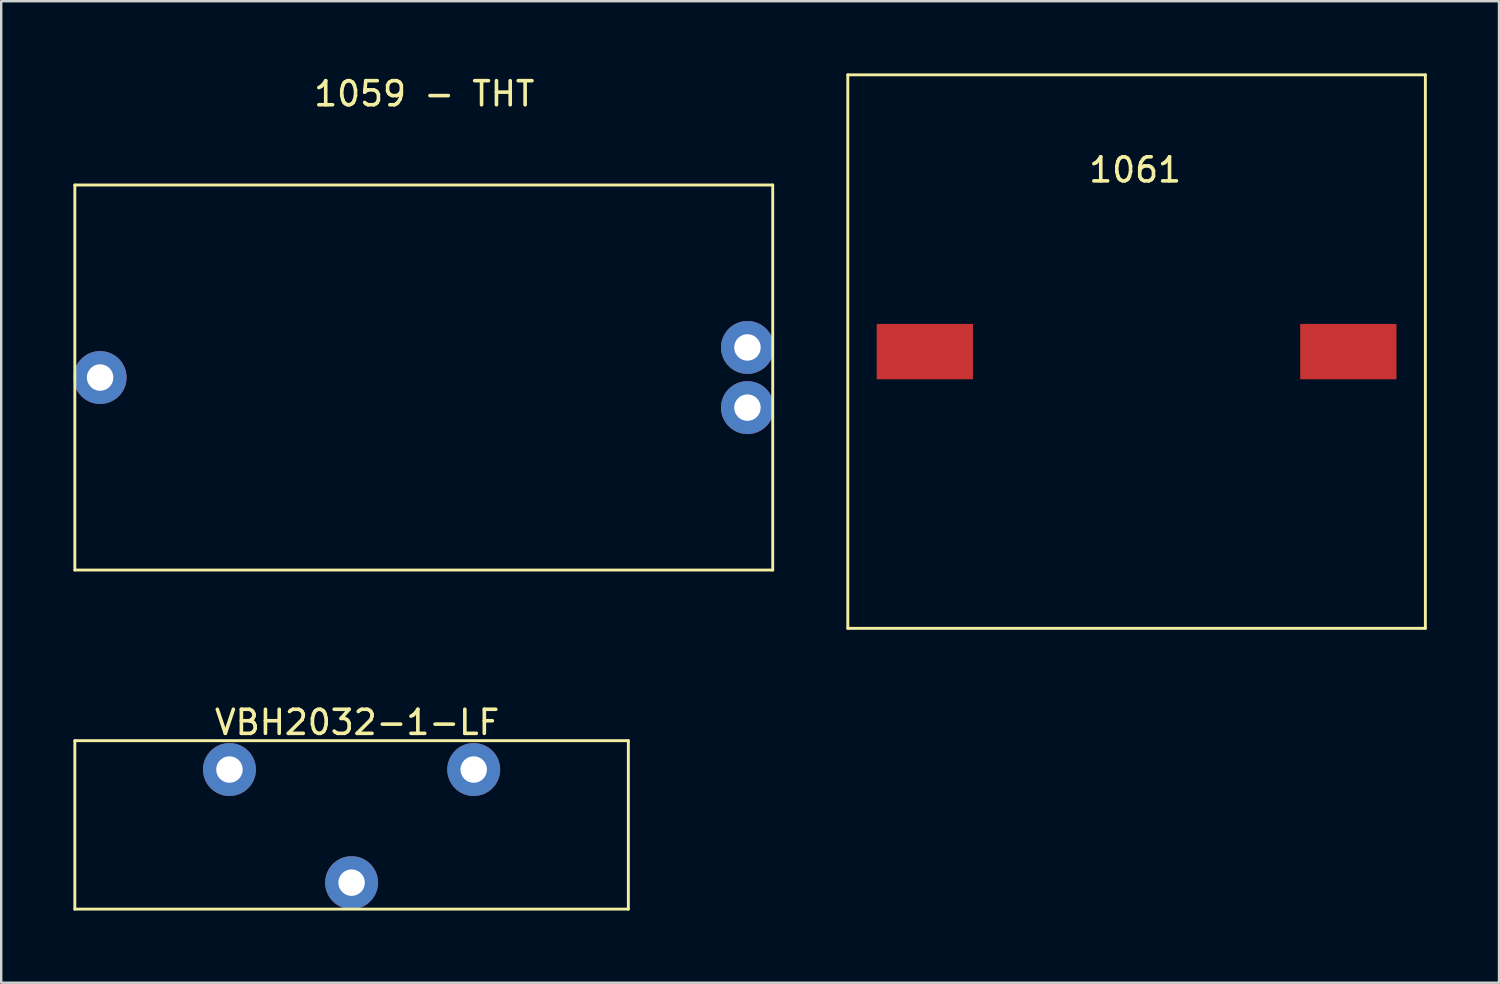
<source format=kicad_pcb>
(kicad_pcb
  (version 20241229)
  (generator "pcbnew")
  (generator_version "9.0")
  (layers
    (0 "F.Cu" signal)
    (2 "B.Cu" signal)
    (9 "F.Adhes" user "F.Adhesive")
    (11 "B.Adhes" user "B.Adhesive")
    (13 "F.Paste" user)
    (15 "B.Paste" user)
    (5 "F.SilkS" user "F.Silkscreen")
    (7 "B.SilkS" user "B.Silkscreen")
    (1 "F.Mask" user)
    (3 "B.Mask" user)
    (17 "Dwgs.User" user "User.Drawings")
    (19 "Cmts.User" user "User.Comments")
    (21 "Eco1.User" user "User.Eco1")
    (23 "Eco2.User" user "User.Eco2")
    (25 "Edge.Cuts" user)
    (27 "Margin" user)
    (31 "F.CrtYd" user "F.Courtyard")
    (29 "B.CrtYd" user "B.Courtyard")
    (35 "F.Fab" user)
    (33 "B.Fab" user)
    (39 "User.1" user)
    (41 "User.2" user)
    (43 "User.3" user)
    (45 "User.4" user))
  (footprint "VBH2032-1-LF"
    (layer "F.Cu")
    (at 11.56 28.928)
    (property "Reference" "VBH2032-1-LF" (at 0.23 -1.96 0) (layer "F.SilkS") (effects (font (size 1 1) (thickness 0.15))))
    (attr through_hole)
    (fp_line (start -11.5 -1.2) (end -11.5 5.8) (stroke (width 0.12) (type solid)) (layer "F.SilkS"))
    (fp_line (start -11.5 -1.2) (end 11.5 -1.2) (stroke (width 0.12) (type solid)) (layer "F.SilkS"))
    (fp_line (start -11.5 5.8) (end 11.5 5.8) (stroke (width 0.12) (type solid)) (layer "F.SilkS"))
    (fp_line (start 11.5 -1.2) (end 11.5 5.8) (stroke (width 0.12) (type solid)) (layer "F.SilkS"))
    (pad "1" thru_hole circle (at -5.075 0) (size 2.2 2.2) (drill 1.1) (layers "*.Cu" "*.Mask"))
    (pad "1" thru_hole circle (at 5.075 0) (size 2.2 2.2) (drill 1.1) (layers "*.Cu" "*.Mask"))
    (pad "2" thru_hole circle (at 0 4.7) (size 2.2 2.2) (drill 1.1) (layers "*.Cu" "*.Mask")))
  (footprint "1059 - THT"
    (layer "F.Cu")
    (at 14.56 12.638)
    (property "Reference" "1059 - THT" (at 0.02 -11.79 0) (layer "F.SilkS") (effects (font (size 1 1) (thickness 0.15))))
    (attr through_hole)
    (fp_line (start -14.5 -8) (end 14.5 -8) (stroke (width 0.12) (type solid)) (layer "F.SilkS"))
    (fp_line (start -14.5 8) (end -14.5 -8) (stroke (width 0.12) (type solid)) (layer "F.SilkS"))
    (fp_line (start 14.5 -8) (end 14.5 8) (stroke (width 0.12) (type solid)) (layer "F.SilkS"))
    (fp_line (start 14.5 8) (end -14.5 8) (stroke (width 0.12) (type solid)) (layer "F.SilkS"))
    (pad "1" thru_hole circle (at 13.45 -1.25) (size 2.2 2.2) (drill 1.1) (layers "*.Cu" "*.Mask"))
    (pad "1" thru_hole circle (at 13.45 1.25) (size 2.2 2.2) (drill 1.1) (layers "*.Cu" "*.Mask"))
    (pad "2" thru_hole circle (at -13.45 0) (size 2.2 2.2) (drill 1.1) (layers "*.Cu" "*.Mask")))
  (footprint "1061"
    (layer "F.Cu")
    (at 44.18 11.56)
    (property "Reference" "1061" (at -0.06 -7.55 0) (layer "F.SilkS") (effects (font (size 1 1) (thickness 0.15))))
    (attr through_hole)
    (fp_line (start -12 -11.5) (end -12 11.5) (stroke (width 0.12) (type solid)) (layer "F.SilkS"))
    (fp_line (start -12 -11.5) (end 12 -11.5) (stroke (width 0.12) (type solid)) (layer "F.SilkS"))
    (fp_line (start -12 11.5) (end 12 11.5) (stroke (width 0.12) (type solid)) (layer "F.SilkS"))
    (fp_line (start 12 -11.5) (end 12 11.5) (stroke (width 0.12) (type solid)) (layer "F.SilkS"))
    (pad "1" smd rect (at -8.8 0) (size 4 2.3) (layers "F.Cu" "F.Mask" "F.Paste"))
    (pad "2" smd rect (at 8.8 0) (size 4 2.3) (layers "F.Cu" "F.Mask" "F.Paste")))
  (gr_rect
    (start -3 -3)
    (end 59.24 37.788)
    (stroke (width 0.1) (type default))
    (fill no)
    (layer "Edge.Cuts")))
</source>
